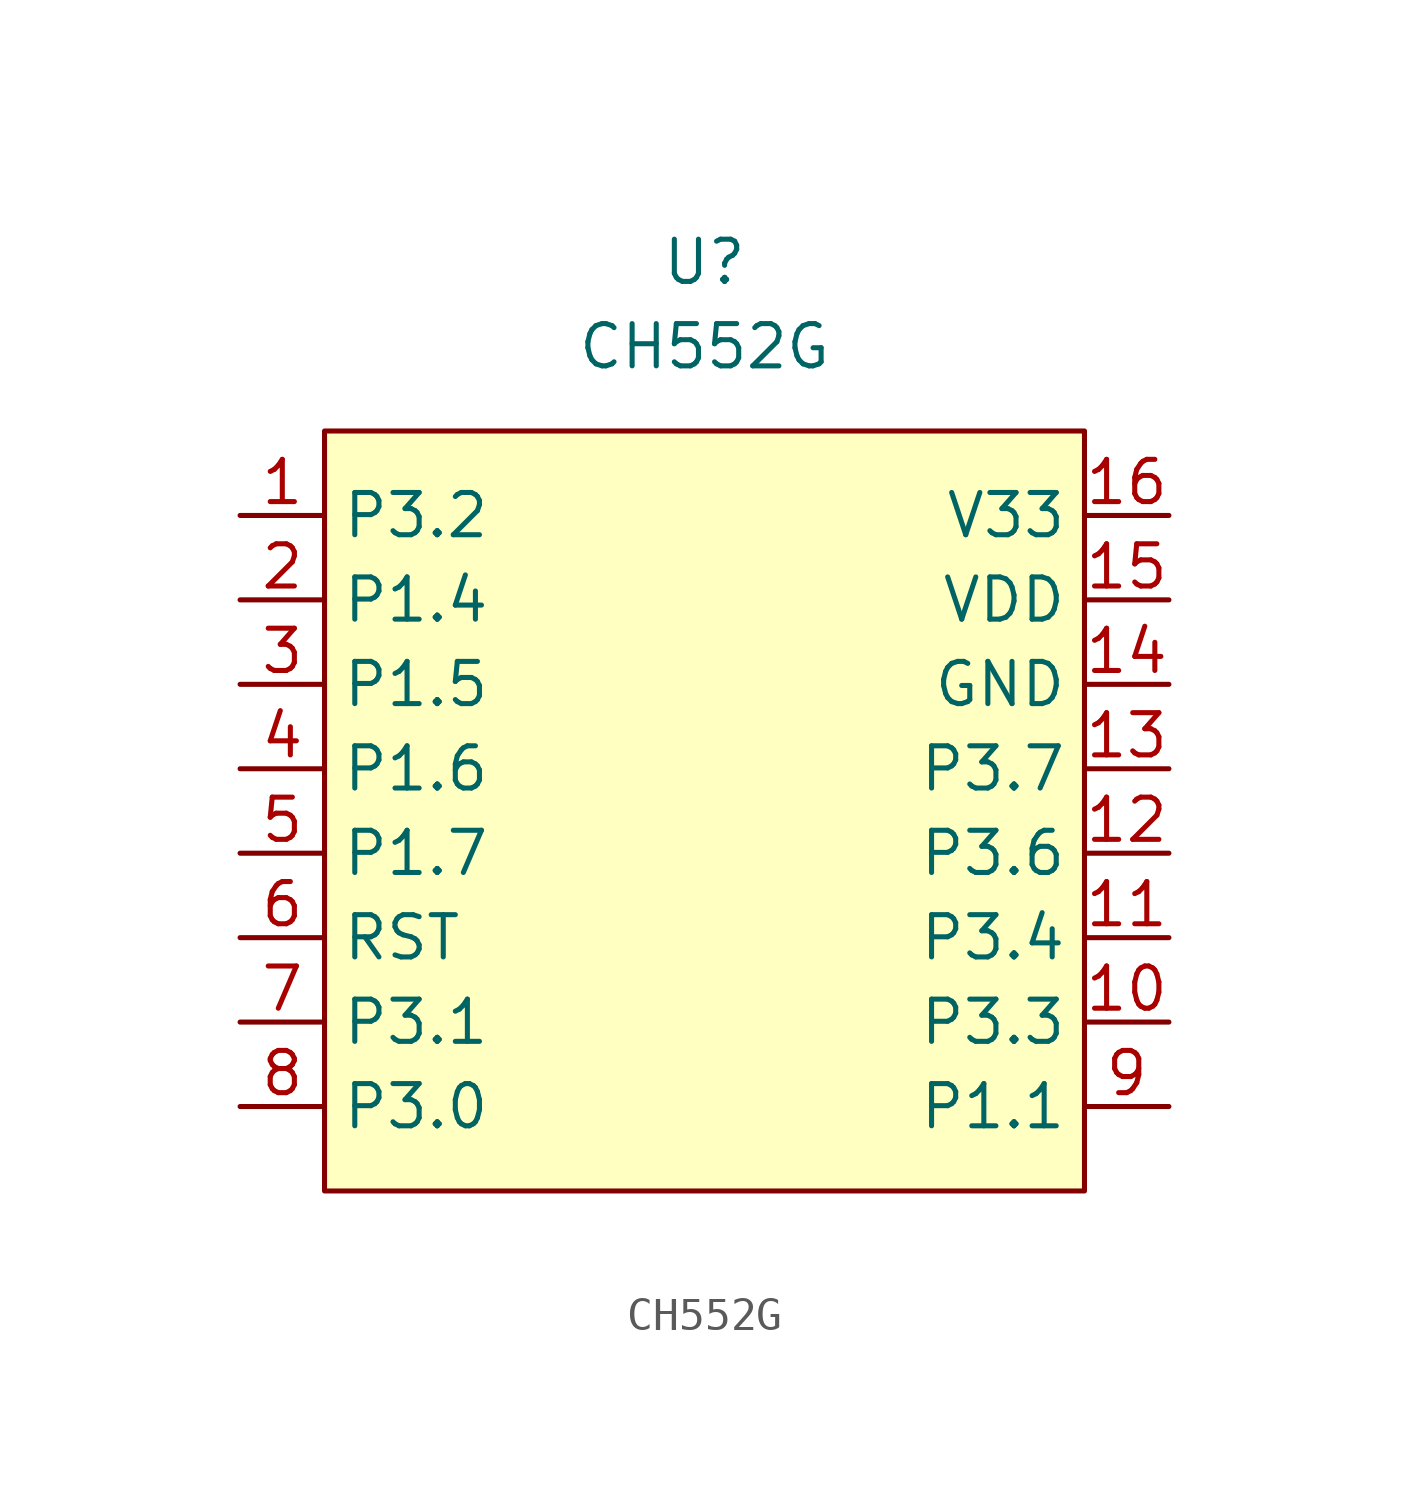
<source format=kicad_sym>
(kicad_symbol_lib
  (version 20220914)
  (generator kicad_symbol_editor)
  (symbol "CH552G"
    (property "Reference" "U"
      (at 0 16.51 0)
      (effects (font (size 1.27 1.27))))
    (property "Value" "CH552G"
      (at 0 13.97 0)
      (effects (font (size 1.27 1.27))))
    (symbol "CH552G_0_1"
      (rectangle (start -11.43 11.43) (end 11.43 -11.43) (stroke (width 0) (type default)) (fill (type background))))
    (symbol "CH552G_1_1"
      (pin passive line (at -13.97 8.89 0) (length 2.54) (name "P3.2" (effects (font (size 1.27 1.27)))) (number "1" (effects (font (size 1.27 1.27)))))
      (pin passive line (at 13.97 -6.35 180) (length 2.54) (name "P3.3" (effects (font (size 1.27 1.27)))) (number "10" (effects (font (size 1.27 1.27)))))
      (pin passive line (at 13.97 -3.81 180) (length 2.54) (name "P3.4" (effects (font (size 1.27 1.27)))) (number "11" (effects (font (size 1.27 1.27)))))
      (pin passive line (at 13.97 -1.27 180) (length 2.54) (name "P3.6" (effects (font (size 1.27 1.27)))) (number "12" (effects (font (size 1.27 1.27)))))
      (pin passive line (at 13.97 1.27 180) (length 2.54) (name "P3.7" (effects (font (size 1.27 1.27)))) (number "13" (effects (font (size 1.27 1.27)))))
      (pin power_in line (at 13.97 3.81 180) (length 2.54) (name "GND" (effects (font (size 1.27 1.27)))) (number "14" (effects (font (size 1.27 1.27)))))
      (pin power_in line (at 13.97 6.35 180) (length 2.54) (name "VDD" (effects (font (size 1.27 1.27)))) (number "15" (effects (font (size 1.27 1.27)))))
      (pin power_out line (at 13.97 8.89 180) (length 2.54) (name "V33" (effects (font (size 1.27 1.27)))) (number "16" (effects (font (size 1.27 1.27)))))
      (pin passive line (at -13.97 6.35 0) (length 2.54) (name "P1.4" (effects (font (size 1.27 1.27)))) (number "2" (effects (font (size 1.27 1.27)))))
      (pin passive line (at -13.97 3.81 0) (length 2.54) (name "P1.5" (effects (font (size 1.27 1.27)))) (number "3" (effects (font (size 1.27 1.27)))))
      (pin passive line (at -13.97 1.27 0) (length 2.54) (name "P1.6" (effects (font (size 1.27 1.27)))) (number "4" (effects (font (size 1.27 1.27)))))
      (pin passive line (at -13.97 -1.27 0) (length 2.54) (name "P1.7" (effects (font (size 1.27 1.27)))) (number "5" (effects (font (size 1.27 1.27)))))
      (pin passive line (at -13.97 -3.81 0) (length 2.54) (name "RST" (effects (font (size 1.27 1.27)))) (number "6" (effects (font (size 1.27 1.27)))))
      (pin passive line (at -13.97 -6.35 0) (length 2.54) (name "P3.1" (effects (font (size 1.27 1.27)))) (number "7" (effects (font (size 1.27 1.27)))))
      (pin passive line (at -13.97 -8.89 0) (length 2.54) (name "P3.0" (effects (font (size 1.27 1.27)))) (number "8" (effects (font (size 1.27 1.27)))))
      (pin passive line (at 13.97 -8.89 180) (length 2.54) (name "P1.1" (effects (font (size 1.27 1.27)))) (number "9" (effects (font (size 1.27 1.27))))))))
</source>
